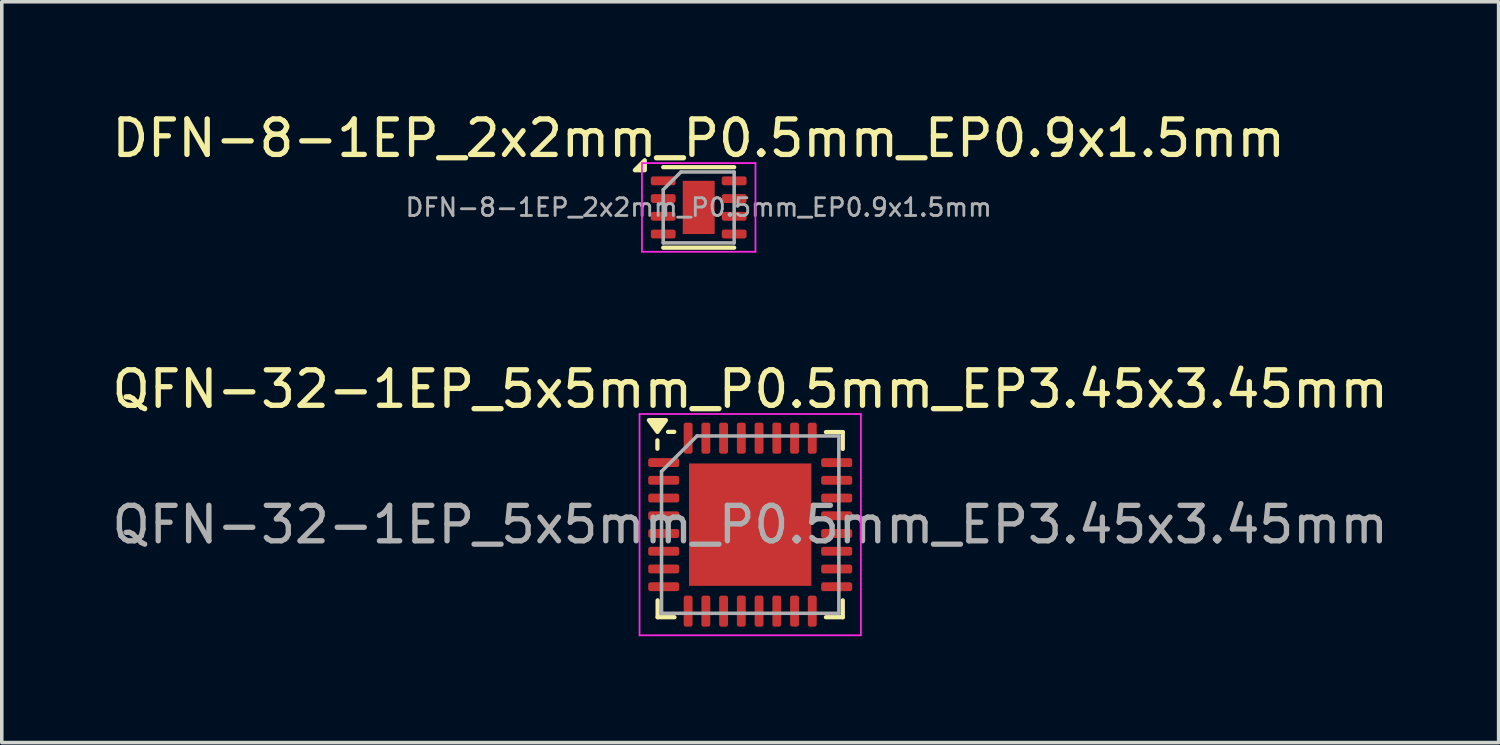
<source format=kicad_pcb>
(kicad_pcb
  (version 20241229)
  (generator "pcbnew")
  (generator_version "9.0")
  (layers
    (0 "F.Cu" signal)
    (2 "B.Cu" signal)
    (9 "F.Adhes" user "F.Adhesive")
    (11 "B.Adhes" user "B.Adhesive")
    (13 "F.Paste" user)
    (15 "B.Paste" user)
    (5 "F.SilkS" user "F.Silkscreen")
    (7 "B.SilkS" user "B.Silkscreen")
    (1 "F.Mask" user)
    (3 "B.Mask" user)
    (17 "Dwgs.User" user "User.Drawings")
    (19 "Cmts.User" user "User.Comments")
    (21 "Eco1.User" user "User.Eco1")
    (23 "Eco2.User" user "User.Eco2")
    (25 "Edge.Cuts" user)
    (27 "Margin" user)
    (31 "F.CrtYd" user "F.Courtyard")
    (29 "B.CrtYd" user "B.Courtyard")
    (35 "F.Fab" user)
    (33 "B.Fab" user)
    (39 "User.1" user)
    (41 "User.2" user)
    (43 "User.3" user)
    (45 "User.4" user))
  (footprint "QFN-32-1EP_5x5mm_P0.5mm_EP3.45x3.45mm"
    (layer "F.Cu")
    (at 18.101 11.742)
    (property "Reference" "QFN-32-1EP_5x5mm_P0.5mm_EP3.45x3.45mm" (at 0 -3.82 0) (layer "F.SilkS") (effects (font (size 1 1) (thickness 0.15))))
    (attr smd)
    (fp_line (start -2.616 -2.141) (end -2.616 -2.376) (stroke (width 0.12) (type solid)) (layer "F.SilkS"))
    (fp_line (start -2.61 2.61) (end -2.61 2.135) (stroke (width 0.12) (type solid)) (layer "F.SilkS"))
    (fp_line (start -2.141 -2.616) (end -2.316 -2.616) (stroke (width 0.12) (type solid)) (layer "F.SilkS"))
    (fp_line (start -2.135 2.61) (end -2.61 2.61) (stroke (width 0.12) (type solid)) (layer "F.SilkS"))
    (fp_line (start 2.135 -2.61) (end 2.61 -2.61) (stroke (width 0.12) (type solid)) (layer "F.SilkS"))
    (fp_line (start 2.135 2.61) (end 2.61 2.61) (stroke (width 0.12) (type solid)) (layer "F.SilkS"))
    (fp_line (start 2.61 -2.61) (end 2.61 -2.135) (stroke (width 0.12) (type solid)) (layer "F.SilkS"))
    (fp_line (start 2.61 2.61) (end 2.61 2.135) (stroke (width 0.12) (type solid)) (layer "F.SilkS"))
    (fp_poly (pts (xy -2.616 -2.616) (xy -2.856 -2.946) (xy -2.376 -2.946) (xy -2.616 -2.616)) (stroke (width 0.12) (type solid)) (fill yes) (layer "F.SilkS"))
    (fp_line (start -3.12 -3.12) (end -3.12 3.12) (stroke (width 0.05) (type solid)) (layer "F.CrtYd"))
    (fp_line (start -3.12 3.12) (end 3.12 3.12) (stroke (width 0.05) (type solid)) (layer "F.CrtYd"))
    (fp_line (start 3.12 -3.12) (end -3.12 -3.12) (stroke (width 0.05) (type solid)) (layer "F.CrtYd"))
    (fp_line (start 3.12 3.12) (end 3.12 -3.12) (stroke (width 0.05) (type solid)) (layer "F.CrtYd"))
    (fp_line (start -2.5 -1.5) (end -1.5 -2.5) (stroke (width 0.1) (type solid)) (layer "F.Fab"))
    (fp_line (start -2.5 2.5) (end -2.5 -1.5) (stroke (width 0.1) (type solid)) (layer "F.Fab"))
    (fp_line (start -1.5 -2.5) (end 2.5 -2.5) (stroke (width 0.1) (type solid)) (layer "F.Fab"))
    (fp_line (start 2.5 -2.5) (end 2.5 2.5) (stroke (width 0.1) (type solid)) (layer "F.Fab"))
    (fp_line (start 2.5 2.5) (end -2.5 2.5) (stroke (width 0.1) (type solid)) (layer "F.Fab"))
    (fp_text user "${REFERENCE}" (at 0 0 0) (layer "F.Fab") (effects (font (size 1 1) (thickness 0.15))))
    (pad "" smd roundrect (at -1.15 -1.15) (size 0.93 0.93) (layers "F.Paste") (roundrect_rratio 0.25))
    (pad "" smd roundrect (at -1.15 0) (size 0.93 0.93) (layers "F.Paste") (roundrect_rratio 0.25))
    (pad "" smd roundrect (at -1.15 1.15) (size 0.93 0.93) (layers "F.Paste") (roundrect_rratio 0.25))
    (pad "" smd roundrect (at 0 -1.15) (size 0.93 0.93) (layers "F.Paste") (roundrect_rratio 0.25))
    (pad "" smd roundrect (at 0 0) (size 0.93 0.93) (layers "F.Paste") (roundrect_rratio 0.25))
    (pad "" smd roundrect (at 0 1.15) (size 0.93 0.93) (layers "F.Paste") (roundrect_rratio 0.25))
    (pad "" smd roundrect (at 1.15 -1.15) (size 0.93 0.93) (layers "F.Paste") (roundrect_rratio 0.25))
    (pad "" smd roundrect (at 1.15 0) (size 0.93 0.93) (layers "F.Paste") (roundrect_rratio 0.25))
    (pad "" smd roundrect (at 1.15 1.15) (size 0.93 0.93) (layers "F.Paste") (roundrect_rratio 0.25))
    (pad "1" smd roundrect (at -2.438 -1.75) (size 0.875 0.25) (layers "F.Cu" "F.Mask" "F.Paste") (roundrect_rratio 0.25))
    (pad "2" smd roundrect (at -2.438 -1.25) (size 0.875 0.25) (layers "F.Cu" "F.Mask" "F.Paste") (roundrect_rratio 0.25))
    (pad "3" smd roundrect (at -2.438 -0.75) (size 0.875 0.25) (layers "F.Cu" "F.Mask" "F.Paste") (roundrect_rratio 0.25))
    (pad "4" smd roundrect (at -2.438 -0.25) (size 0.875 0.25) (layers "F.Cu" "F.Mask" "F.Paste") (roundrect_rratio 0.25))
    (pad "5" smd roundrect (at -2.438 0.25) (size 0.875 0.25) (layers "F.Cu" "F.Mask" "F.Paste") (roundrect_rratio 0.25))
    (pad "6" smd roundrect (at -2.438 0.75) (size 0.875 0.25) (layers "F.Cu" "F.Mask" "F.Paste") (roundrect_rratio 0.25))
    (pad "7" smd roundrect (at -2.438 1.25) (size 0.875 0.25) (layers "F.Cu" "F.Mask" "F.Paste") (roundrect_rratio 0.25))
    (pad "8" smd roundrect (at -2.438 1.75) (size 0.875 0.25) (layers "F.Cu" "F.Mask" "F.Paste") (roundrect_rratio 0.25))
    (pad "9" smd roundrect (at -1.75 2.438) (size 0.25 0.875) (layers "F.Cu" "F.Mask" "F.Paste") (roundrect_rratio 0.25))
    (pad "10" smd roundrect (at -1.25 2.438) (size 0.25 0.875) (layers "F.Cu" "F.Mask" "F.Paste") (roundrect_rratio 0.25))
    (pad "11" smd roundrect (at -0.75 2.438) (size 0.25 0.875) (layers "F.Cu" "F.Mask" "F.Paste") (roundrect_rratio 0.25))
    (pad "12" smd roundrect (at -0.25 2.438) (size 0.25 0.875) (layers "F.Cu" "F.Mask" "F.Paste") (roundrect_rratio 0.25))
    (pad "13" smd roundrect (at 0.25 2.438) (size 0.25 0.875) (layers "F.Cu" "F.Mask" "F.Paste") (roundrect_rratio 0.25))
    (pad "14" smd roundrect (at 0.75 2.438) (size 0.25 0.875) (layers "F.Cu" "F.Mask" "F.Paste") (roundrect_rratio 0.25))
    (pad "15" smd roundrect (at 1.25 2.438) (size 0.25 0.875) (layers "F.Cu" "F.Mask" "F.Paste") (roundrect_rratio 0.25))
    (pad "16" smd roundrect (at 1.75 2.438) (size 0.25 0.875) (layers "F.Cu" "F.Mask" "F.Paste") (roundrect_rratio 0.25))
    (pad "17" smd roundrect (at 2.438 1.75) (size 0.875 0.25) (layers "F.Cu" "F.Mask" "F.Paste") (roundrect_rratio 0.25))
    (pad "18" smd roundrect (at 2.438 1.25) (size 0.875 0.25) (layers "F.Cu" "F.Mask" "F.Paste") (roundrect_rratio 0.25))
    (pad "19" smd roundrect (at 2.438 0.75) (size 0.875 0.25) (layers "F.Cu" "F.Mask" "F.Paste") (roundrect_rratio 0.25))
    (pad "20" smd roundrect (at 2.438 0.25) (size 0.875 0.25) (layers "F.Cu" "F.Mask" "F.Paste") (roundrect_rratio 0.25))
    (pad "21" smd roundrect (at 2.438 -0.25) (size 0.875 0.25) (layers "F.Cu" "F.Mask" "F.Paste") (roundrect_rratio 0.25))
    (pad "22" smd roundrect (at 2.438 -0.75) (size 0.875 0.25) (layers "F.Cu" "F.Mask" "F.Paste") (roundrect_rratio 0.25))
    (pad "23" smd roundrect (at 2.438 -1.25) (size 0.875 0.25) (layers "F.Cu" "F.Mask" "F.Paste") (roundrect_rratio 0.25))
    (pad "24" smd roundrect (at 2.438 -1.75) (size 0.875 0.25) (layers "F.Cu" "F.Mask" "F.Paste") (roundrect_rratio 0.25))
    (pad "25" smd roundrect (at 1.75 -2.438) (size 0.25 0.875) (layers "F.Cu" "F.Mask" "F.Paste") (roundrect_rratio 0.25))
    (pad "26" smd roundrect (at 1.25 -2.438) (size 0.25 0.875) (layers "F.Cu" "F.Mask" "F.Paste") (roundrect_rratio 0.25))
    (pad "27" smd roundrect (at 0.75 -2.438) (size 0.25 0.875) (layers "F.Cu" "F.Mask" "F.Paste") (roundrect_rratio 0.25))
    (pad "28" smd roundrect (at 0.25 -2.438) (size 0.25 0.875) (layers "F.Cu" "F.Mask" "F.Paste") (roundrect_rratio 0.25))
    (pad "29" smd roundrect (at -0.25 -2.438) (size 0.25 0.875) (layers "F.Cu" "F.Mask" "F.Paste") (roundrect_rratio 0.25))
    (pad "30" smd roundrect (at -0.75 -2.438) (size 0.25 0.875) (layers "F.Cu" "F.Mask" "F.Paste") (roundrect_rratio 0.25))
    (pad "31" smd roundrect (at -1.25 -2.438) (size 0.25 0.875) (layers "F.Cu" "F.Mask" "F.Paste") (roundrect_rratio 0.25))
    (pad "32" smd roundrect (at -1.75 -2.438) (size 0.25 0.875) (layers "F.Cu" "F.Mask" "F.Paste") (roundrect_rratio 0.25))
    (pad "33" smd rect (at 0 0) (size 3.45 3.45) (layers "F.Cu" "F.Mask")))
  (footprint "DFN-8-1EP_2x2mm_P0.5mm_EP0.9x1.5mm"
    (layer "F.Cu")
    (at 16.649 2.798)
    (property "Reference" "DFN-8-1EP_2x2mm_P0.5mm_EP0.9x1.5mm" (at 0 -1.95 0) (layer "F.SilkS") (effects (font (size 1 1) (thickness 0.15))))
    (attr smd)
    (fp_line (start -1 -1.135) (end 1 -1.135) (stroke (width 0.12) (type solid)) (layer "F.SilkS"))
    (fp_line (start -1 1.135) (end 1 1.135) (stroke (width 0.12) (type solid)) (layer "F.SilkS"))
    (fp_poly (pts (xy -1.52 -1.05) (xy -1.8 -1.05) (xy -1.52 -1.33) (xy -1.52 -1.05)) (stroke (width 0.12) (type solid)) (fill yes) (layer "F.SilkS"))
    (fp_line (start -1.6 -1.25) (end -1.6 1.25) (stroke (width 0.05) (type solid)) (layer "F.CrtYd"))
    (fp_line (start -1.6 1.25) (end 1.6 1.25) (stroke (width 0.05) (type solid)) (layer "F.CrtYd"))
    (fp_line (start 1.6 -1.25) (end -1.6 -1.25) (stroke (width 0.05) (type solid)) (layer "F.CrtYd"))
    (fp_line (start 1.6 1.25) (end 1.6 -1.25) (stroke (width 0.05) (type solid)) (layer "F.CrtYd"))
    (fp_line (start -1 -0.5) (end -0.5 -1) (stroke (width 0.1) (type solid)) (layer "F.Fab"))
    (fp_line (start -1 1) (end -1 -0.5) (stroke (width 0.1) (type solid)) (layer "F.Fab"))
    (fp_line (start -0.5 -1) (end 1 -1) (stroke (width 0.1) (type solid)) (layer "F.Fab"))
    (fp_line (start 1 -1) (end 1 1) (stroke (width 0.1) (type solid)) (layer "F.Fab"))
    (fp_line (start 1 1) (end -1 1) (stroke (width 0.1) (type solid)) (layer "F.Fab"))
    (fp_text user "${REFERENCE}" (at 0 0 0) (layer "F.Fab") (effects (font (size 0.5 0.5) (thickness 0.08))))
    (pad "" smd roundrect (at -0.225 -0.375) (size 0.36 0.6) (layers "F.Paste") (roundrect_rratio 0.25))
    (pad "" smd roundrect (at -0.225 0.375) (size 0.36 0.6) (layers "F.Paste") (roundrect_rratio 0.25))
    (pad "" smd roundrect (at 0.225 -0.375) (size 0.36 0.6) (layers "F.Paste") (roundrect_rratio 0.25))
    (pad "" smd roundrect (at 0.225 0.375) (size 0.36 0.6) (layers "F.Paste") (roundrect_rratio 0.25))
    (pad "1" smd roundrect (at -1 -0.75) (size 0.7 0.25) (layers "F.Cu" "F.Mask" "F.Paste") (roundrect_rratio 0.25))
    (pad "2" smd roundrect (at -1 -0.25) (size 0.7 0.25) (layers "F.Cu" "F.Mask" "F.Paste") (roundrect_rratio 0.25))
    (pad "3" smd roundrect (at -1 0.25) (size 0.7 0.25) (layers "F.Cu" "F.Mask" "F.Paste") (roundrect_rratio 0.25))
    (pad "4" smd roundrect (at -1 0.75) (size 0.7 0.25) (layers "F.Cu" "F.Mask" "F.Paste") (roundrect_rratio 0.25))
    (pad "5" smd roundrect (at 1 0.75) (size 0.7 0.25) (layers "F.Cu" "F.Mask" "F.Paste") (roundrect_rratio 0.25))
    (pad "6" smd roundrect (at 1 0.25) (size 0.7 0.25) (layers "F.Cu" "F.Mask" "F.Paste") (roundrect_rratio 0.25))
    (pad "7" smd roundrect (at 1 -0.25) (size 0.7 0.25) (layers "F.Cu" "F.Mask" "F.Paste") (roundrect_rratio 0.25))
    (pad "8" smd roundrect (at 1 -0.75) (size 0.7 0.25) (layers "F.Cu" "F.Mask" "F.Paste") (roundrect_rratio 0.25))
    (pad "9" smd rect (at 0 0) (size 0.9 1.5) (property pad_prop_heatsink) (layers "F.Cu" "F.Mask")))
  (gr_rect
    (start -3 -3)
    (end 39.202 17.887)
    (stroke (width 0.1) (type default))
    (fill no)
    (layer "Edge.Cuts")))
</source>
